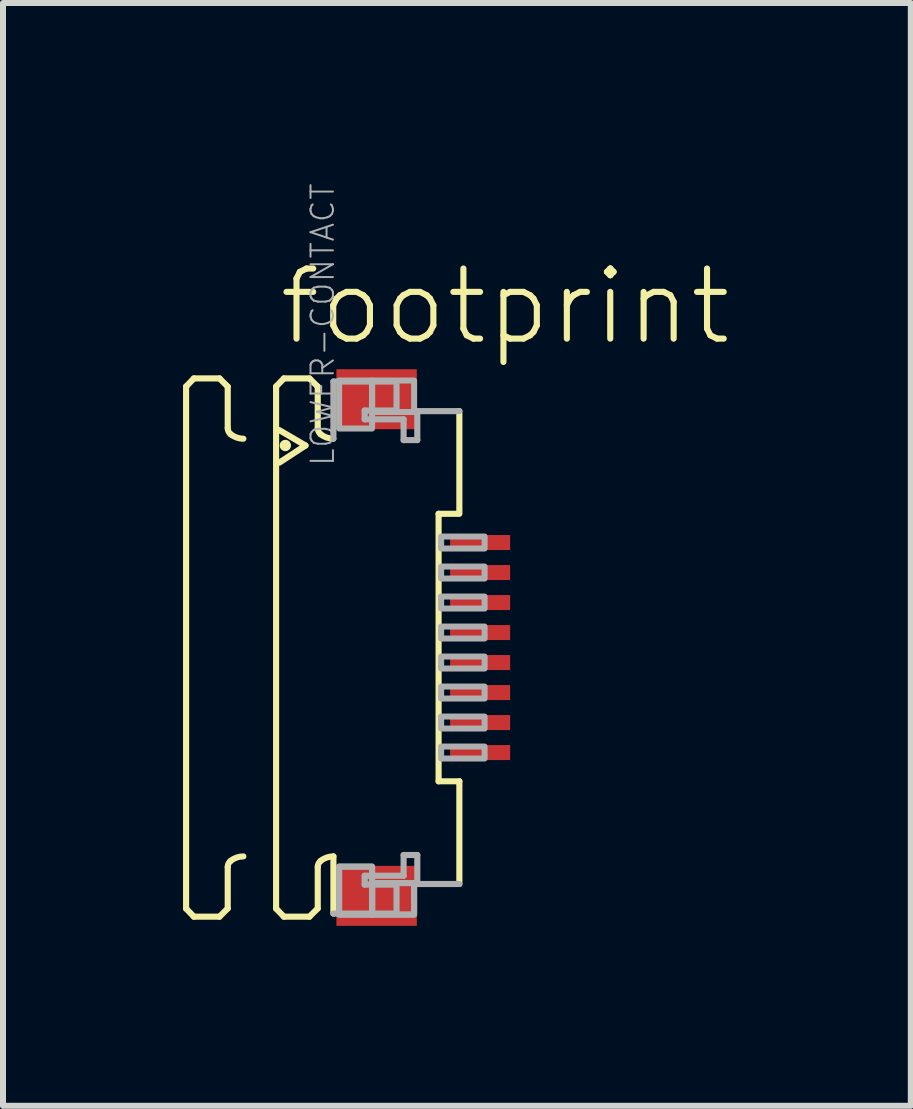
<source format=kicad_pcb>
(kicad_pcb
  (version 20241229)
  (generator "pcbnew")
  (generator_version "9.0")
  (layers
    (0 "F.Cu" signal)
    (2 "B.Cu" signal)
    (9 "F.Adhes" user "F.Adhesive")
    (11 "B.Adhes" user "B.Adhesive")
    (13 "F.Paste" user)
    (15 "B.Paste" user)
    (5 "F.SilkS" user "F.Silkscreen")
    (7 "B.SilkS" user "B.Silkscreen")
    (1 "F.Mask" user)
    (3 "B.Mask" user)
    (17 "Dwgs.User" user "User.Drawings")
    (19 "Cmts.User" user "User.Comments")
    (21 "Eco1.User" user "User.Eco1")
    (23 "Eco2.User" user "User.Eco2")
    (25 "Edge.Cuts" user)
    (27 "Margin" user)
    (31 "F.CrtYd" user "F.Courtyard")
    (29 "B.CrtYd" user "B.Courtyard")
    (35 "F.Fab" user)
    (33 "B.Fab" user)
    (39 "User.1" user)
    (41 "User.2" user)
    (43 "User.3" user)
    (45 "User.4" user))
  (footprint "footprint"
    (layer "F.Cu")
    (at 3.046 7.741)
    (property "Reference" "footprint" (at -1.5 -5 0) (layer "F.SilkS") (effects (font (size 1.168 1.168) (thickness 0.102)) (justify left bottom)))
    (fp_poly (pts (xy 1.355 -1.575) (xy 2.455 -1.575) (xy 2.455 -1.925) (xy 1.355 -1.925)) (stroke (width 0) (type solid)) (fill yes) (layer "F.Mask"))
    (fp_poly (pts (xy 1.355 -1.075) (xy 2.455 -1.075) (xy 2.455 -1.425) (xy 1.355 -1.425)) (stroke (width 0) (type solid)) (fill yes) (layer "F.Mask"))
    (fp_poly (pts (xy 1.355 -0.575) (xy 2.455 -0.575) (xy 2.455 -0.925) (xy 1.355 -0.925)) (stroke (width 0) (type solid)) (fill yes) (layer "F.Mask"))
    (fp_poly (pts (xy 1.355 -0.075) (xy 2.455 -0.075) (xy 2.455 -0.425) (xy 1.355 -0.425)) (stroke (width 0) (type solid)) (fill yes) (layer "F.Mask"))
    (fp_poly (pts (xy 1.355 0.425) (xy 2.455 0.425) (xy 2.455 0.075) (xy 1.355 0.075)) (stroke (width 0) (type solid)) (fill yes) (layer "F.Mask"))
    (fp_poly (pts (xy 1.355 0.925) (xy 2.455 0.925) (xy 2.455 0.575) (xy 1.355 0.575)) (stroke (width 0) (type solid)) (fill yes) (layer "F.Mask"))
    (fp_poly (pts (xy 1.355 1.425) (xy 2.455 1.425) (xy 2.455 1.075) (xy 1.355 1.075)) (stroke (width 0) (type solid)) (fill yes) (layer "F.Mask"))
    (fp_poly (pts (xy 1.355 1.925) (xy 2.455 1.925) (xy 2.455 1.575) (xy 1.355 1.575)) (stroke (width 0) (type solid)) (fill yes) (layer "F.Mask"))
    (fp_line (start -2.995 -4.35) (end -2.865 -4.485) (stroke (width 0.102) (type solid)) (layer "F.SilkS"))
    (fp_line (start -2.995 4.35) (end -2.995 -4.35) (stroke (width 0.102) (type solid)) (layer "F.SilkS"))
    (fp_line (start -2.995 4.35) (end -2.865 4.485) (stroke (width 0.102) (type solid)) (layer "F.SilkS"))
    (fp_line (start -2.865 -4.485) (end -2.438 -4.485) (stroke (width 0.102) (type solid)) (layer "F.SilkS"))
    (fp_line (start -2.865 4.485) (end -2.438 4.485) (stroke (width 0.102) (type solid)) (layer "F.SilkS"))
    (fp_line (start -2.438 -4.485) (end -2.301 -4.348) (stroke (width 0.102) (type solid)) (layer "F.SilkS"))
    (fp_line (start -2.438 4.485) (end -2.301 4.348) (stroke (width 0.102) (type solid)) (layer "F.SilkS"))
    (fp_line (start -2.301 -4.348) (end -2.301 -3.656) (stroke (width 0.102) (type solid)) (layer "F.SilkS"))
    (fp_line (start -2.301 4.348) (end -2.301 3.656) (stroke (width 0.102) (type solid)) (layer "F.SilkS"))
    (fp_line (start -1.495 -4.35) (end -1.365 -4.485) (stroke (width 0.102) (type solid)) (layer "F.SilkS"))
    (fp_line (start -1.495 4.35) (end -1.495 -4.35) (stroke (width 0.102) (type solid)) (layer "F.SilkS"))
    (fp_line (start -1.495 4.35) (end -1.365 4.485) (stroke (width 0.102) (type solid)) (layer "F.SilkS"))
    (fp_line (start -1.441 -3.623) (end -1.005 -3.367) (stroke (width 0.102) (type solid)) (layer "F.SilkS"))
    (fp_line (start -1.365 -4.485) (end -0.939 -4.485) (stroke (width 0.102) (type solid)) (layer "F.SilkS"))
    (fp_line (start -1.365 4.485) (end -0.939 4.485) (stroke (width 0.102) (type solid)) (layer "F.SilkS"))
    (fp_line (start -1.005 -3.367) (end -1.441 -3.082) (stroke (width 0.102) (type solid)) (layer "F.SilkS"))
    (fp_line (start -0.939 -4.485) (end -0.801 -4.348) (stroke (width 0.102) (type solid)) (layer "F.SilkS"))
    (fp_line (start -0.939 4.485) (end -0.801 4.348) (stroke (width 0.102) (type solid)) (layer "F.SilkS"))
    (fp_line (start -0.801 -4.348) (end -0.801 -3.656) (stroke (width 0.102) (type solid)) (layer "F.SilkS"))
    (fp_line (start -0.801 4.348) (end -0.801 3.656) (stroke (width 0.102) (type solid)) (layer "F.SilkS"))
    (fp_line (start -0.54 3.48) (end -0.54 4.433) (stroke (width 0.102) (type solid)) (layer "F.SilkS"))
    (fp_line (start 1.213 2.229) (end 1.213 -2.229) (stroke (width 0.102) (type solid)) (layer "F.SilkS"))
    (fp_line (start 1.538 -2.229) (end 1.213 -2.229) (stroke (width 0.102) (type solid)) (layer "F.SilkS"))
    (fp_line (start 1.559 -3.94) (end 1.559 -2.229) (stroke (width 0.102) (type solid)) (layer "F.SilkS"))
    (fp_line (start 1.559 2.229) (end 1.213 2.229) (stroke (width 0.102) (type solid)) (layer "F.SilkS"))
    (fp_line (start 1.559 3.94) (end 1.559 2.229) (stroke (width 0.102) (type solid)) (layer "F.SilkS"))
    (fp_arc (start -2.301 3.6557) (mid -2.288538 3.600596) (end -2.2536 3.556199) (stroke (width 0.1016) (type solid)) (layer "F.SilkS"))
    (fp_arc (start -2.2536 -3.556199) (mid -2.288538 -3.600596) (end -2.301 -3.6557) (stroke (width 0.1016) (type solid)) (layer "F.SilkS"))
    (fp_arc (start -2.2536 3.5562) (mid -2.153476 3.499935) (end -2.0403 3.480399) (stroke (width 0.1016) (type solid)) (layer "F.SilkS"))
    (fp_arc (start -2.0403 -3.480399) (mid -2.153476 -3.499935) (end -2.2536 -3.5562) (stroke (width 0.1016) (type solid)) (layer "F.SilkS"))
    (fp_arc (start -0.801 3.6557) (mid -0.788538 3.600596) (end -0.7536 3.556199) (stroke (width 0.1016) (type solid)) (layer "F.SilkS"))
    (fp_arc (start -0.7536 -3.556199) (mid -0.788538 -3.600596) (end -0.801 -3.6557) (stroke (width 0.1016) (type solid)) (layer "F.SilkS"))
    (fp_arc (start -0.7536 3.5562) (mid -0.653476 3.499935) (end -0.5403 3.480399) (stroke (width 0.1016) (type solid)) (layer "F.SilkS"))
    (fp_arc (start -0.5403 -3.480399) (mid -0.653476 -3.499935) (end -0.7536 -3.5562) (stroke (width 0.1016) (type solid)) (layer "F.SilkS"))
    (fp_circle (center -1.341 -3.367) (end -1.294 -3.367) (stroke (width 0.095) (type solid)) (fill yes) (layer "F.SilkS"))
    (fp_line (start -0.54 -4.433) (end 0.512 -4.433) (stroke (width 0.102) (type solid)) (layer "F.Fab"))
    (fp_line (start -0.54 -3.48) (end -0.54 -4.433) (stroke (width 0.102) (type solid)) (layer "F.Fab"))
    (fp_line (start -0.54 4.433) (end 0.512 4.433) (stroke (width 0.102) (type solid)) (layer "F.Fab"))
    (fp_line (start -0.019 -3.95) (end -0.019 -3.803) (stroke (width 0.102) (type solid)) (layer "F.Fab"))
    (fp_line (start -0.019 -3.803) (end 0.63 -3.803) (stroke (width 0.102) (type solid)) (layer "F.Fab"))
    (fp_line (start -0.019 3.803) (end 0.63 3.803) (stroke (width 0.102) (type solid)) (layer "F.Fab"))
    (fp_line (start -0.019 3.95) (end -0.019 3.803) (stroke (width 0.102) (type solid)) (layer "F.Fab"))
    (fp_line (start 0.512 -4.433) (end 0.512 -3.95) (stroke (width 0.102) (type solid)) (layer "F.Fab"))
    (fp_line (start 0.512 -3.95) (end -0.019 -3.95) (stroke (width 0.102) (type solid)) (layer "F.Fab"))
    (fp_line (start 0.512 3.95) (end -0.019 3.95) (stroke (width 0.102) (type solid)) (layer "F.Fab"))
    (fp_line (start 0.512 4.433) (end 0.512 3.95) (stroke (width 0.102) (type solid)) (layer "F.Fab"))
    (fp_line (start 0.63 -3.803) (end 0.63 -3.457) (stroke (width 0.102) (type solid)) (layer "F.Fab"))
    (fp_line (start 0.63 -3.457) (end 0.858 -3.457) (stroke (width 0.102) (type solid)) (layer "F.Fab"))
    (fp_line (start 0.63 3.457) (end 0.858 3.457) (stroke (width 0.102) (type solid)) (layer "F.Fab"))
    (fp_line (start 0.63 3.803) (end 0.63 3.457) (stroke (width 0.102) (type solid)) (layer "F.Fab"))
    (fp_line (start 0.858 -3.94) (end 1.559 -3.94) (stroke (width 0.102) (type solid)) (layer "F.Fab"))
    (fp_line (start 0.858 -3.457) (end 0.858 -3.94) (stroke (width 0.102) (type solid)) (layer "F.Fab"))
    (fp_line (start 0.858 3.457) (end 0.858 3.94) (stroke (width 0.102) (type solid)) (layer "F.Fab"))
    (fp_line (start 0.858 3.94) (end 1.559 3.94) (stroke (width 0.102) (type solid)) (layer "F.Fab"))
    (fp_poly (pts (xy -0.445 -3.65) (xy 0.105 -3.65) (xy 0.105 -4.45) (xy -0.445 -4.45)) (stroke (width 0.1) (type solid)) (fill no) (layer "F.Fab"))
    (fp_poly (pts (xy -0.445 4.45) (xy 0.105 4.45) (xy 0.105 3.65) (xy -0.445 3.65)) (stroke (width 0.1) (type solid)) (fill no) (layer "F.Fab"))
    (fp_poly (pts (xy -0.445 4.45) (xy 0.105 4.45) (xy 0.105 3.65) (xy -0.445 3.65)) (stroke (width 0.1) (type solid)) (fill no) (layer "F.Fab"))
    (fp_poly (pts (xy 0.105 -3.925) (xy 0.805 -3.925) (xy 0.805 -4.45) (xy 0.105 -4.45)) (stroke (width 0.1) (type solid)) (fill no) (layer "F.Fab"))
    (fp_poly (pts (xy 0.105 4.45) (xy 0.805 4.45) (xy 0.805 3.925) (xy 0.105 3.925)) (stroke (width 0.1) (type solid)) (fill no) (layer "F.Fab"))
    (fp_poly (pts (xy 0.105 4.45) (xy 0.805 4.45) (xy 0.805 3.925) (xy 0.105 3.925)) (stroke (width 0.1) (type solid)) (fill no) (layer "F.Fab"))
    (fp_poly (pts (xy 1.255 -1.65) (xy 1.98 -1.65) (xy 1.98 -1.85) (xy 1.255 -1.85)) (stroke (width 0.1) (type solid)) (fill no) (layer "F.Fab"))
    (fp_poly (pts (xy 1.255 -1.15) (xy 1.98 -1.15) (xy 1.98 -1.35) (xy 1.255 -1.35)) (stroke (width 0.1) (type solid)) (fill no) (layer "F.Fab"))
    (fp_poly (pts (xy 1.255 -0.65) (xy 1.98 -0.65) (xy 1.98 -0.85) (xy 1.255 -0.85)) (stroke (width 0.1) (type solid)) (fill no) (layer "F.Fab"))
    (fp_poly (pts (xy 1.255 -0.15) (xy 1.98 -0.15) (xy 1.98 -0.35) (xy 1.255 -0.35)) (stroke (width 0.1) (type solid)) (fill no) (layer "F.Fab"))
    (fp_poly (pts (xy 1.255 0.35) (xy 1.98 0.35) (xy 1.98 0.15) (xy 1.255 0.15)) (stroke (width 0.1) (type solid)) (fill no) (layer "F.Fab"))
    (fp_poly (pts (xy 1.255 0.85) (xy 1.98 0.85) (xy 1.98 0.65) (xy 1.255 0.65)) (stroke (width 0.1) (type solid)) (fill no) (layer "F.Fab"))
    (fp_poly (pts (xy 1.255 1.35) (xy 1.98 1.35) (xy 1.98 1.15) (xy 1.255 1.15)) (stroke (width 0.1) (type solid)) (fill no) (layer "F.Fab"))
    (fp_poly (pts (xy 1.255 1.85) (xy 1.98 1.85) (xy 1.98 1.65) (xy 1.255 1.65)) (stroke (width 0.1) (type solid)) (fill no) (layer "F.Fab"))
    (fp_text user "LOWER-CONTACT" (at -0.5 -3 270) (layer "F.Fab") (effects (font (size 0.374 0.374) (thickness 0.033)) (justify left bottom)))
    (pad "1" smd rect (at 1.905 -1.75) (size 1 0.25) (layers "F.Cu" "F.Paste"))
    (pad "2" smd rect (at 1.905 -1.25) (size 1 0.25) (layers "F.Cu" "F.Paste"))
    (pad "3" smd rect (at 1.905 -0.75) (size 1 0.25) (layers "F.Cu" "F.Paste"))
    (pad "4" smd rect (at 1.905 -0.25) (size 1 0.25) (layers "F.Cu" "F.Paste"))
    (pad "5" smd rect (at 1.905 0.25) (size 1 0.25) (layers "F.Cu" "F.Paste"))
    (pad "6" smd rect (at 1.905 0.75) (size 1 0.25) (layers "F.Cu" "F.Paste"))
    (pad "7" smd rect (at 1.905 1.25) (size 1 0.25) (layers "F.Cu" "F.Paste"))
    (pad "8" smd rect (at 1.905 1.75) (size 1 0.25) (layers "F.Cu" "F.Paste"))
    (pad "M1" smd rect (at 0.18 -4.138) (size 1.34 1) (layers "F.Cu" "F.Mask" "F.Paste"))
    (pad "M2" smd rect (at 0.18 4.138) (size 1.34 1) (layers "F.Cu" "F.Mask" "F.Paste")))
  (gr_rect
    (start -3 -3)
    (end 12.128 15.378)
    (stroke (width 0.1) (type default))
    (fill no)
    (layer "Edge.Cuts")))
</source>
